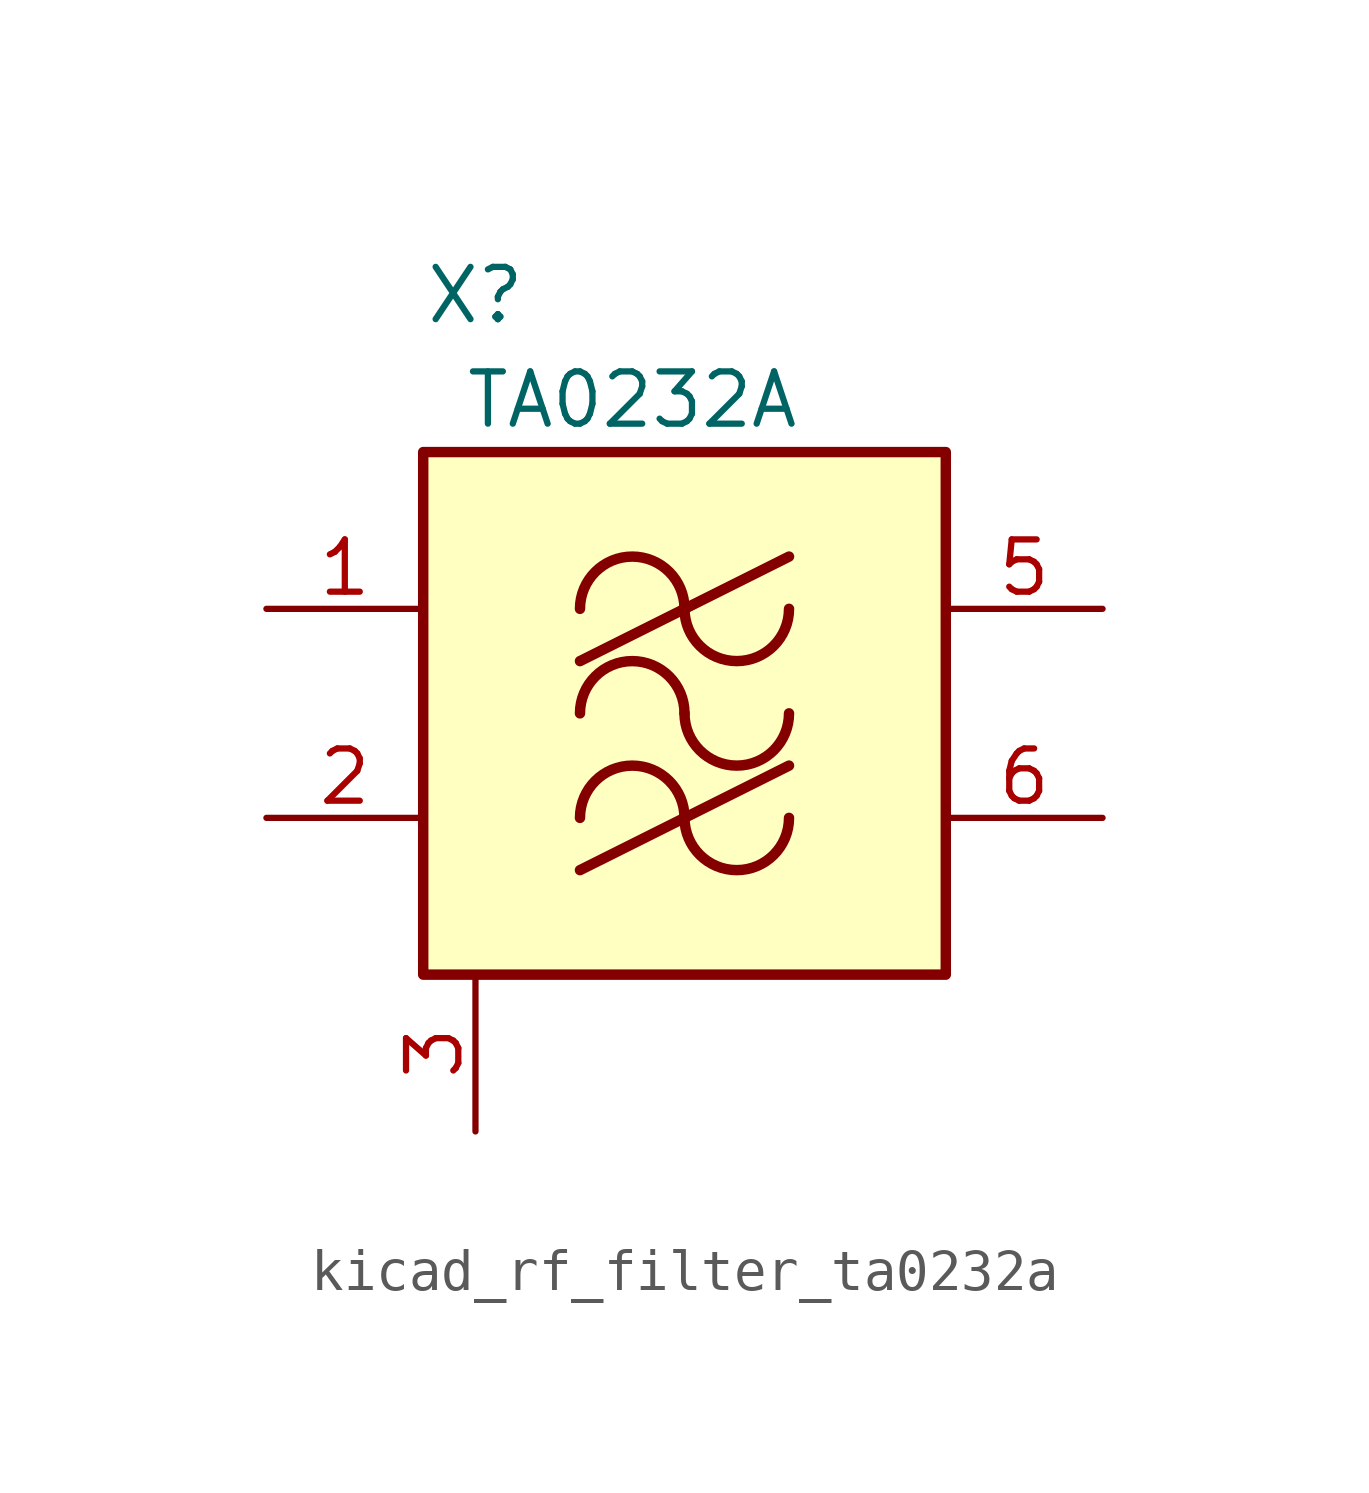
<source format=kicad_sym>
(kicad_symbol_lib
  (version 20220914)
  (generator kicad_symbol_editor)
  (symbol "kicad_rf_filter_ta0232a"
    (pin_names hide)
    (property "Reference" "X"
      (at -5.08 10.16 0)
      (effects (font (size 1.27 1.27))))
    (property "Value" "TA0232A"
      (at -1.27 7.62 0)
      (effects (font (size 1.27 1.27))))
    (symbol "kicad_rf_filter_ta0232a_1_1"
      (rectangle (start -6.35 6.35) (end 6.35 -6.35) (stroke (width 0.254) (type default)) (fill (type background)))
      (arc (start 0 -2.54) (mid -1.27 -1.2755) (end -2.54 -2.54) (stroke (width 0.254) (type default)) (fill (type none)))
      (arc (start 0 -2.54) (mid 1.27 -3.8045) (end 2.54 -2.54) (stroke (width 0.254) (type default)) (fill (type none)))
      (arc (start 0 0) (mid -1.27 1.2645) (end -2.54 0) (stroke (width 0.254) (type default)) (fill (type none)))
      (polyline (pts (xy -2.54 -3.81) (xy 2.54 -1.27)) (stroke (width 0.254) (type default)) (fill (type none)))
      (polyline (pts (xy -2.54 1.27) (xy 2.54 3.81)) (stroke (width 0.254) (type default)) (fill (type none)))
      (arc (start 0 0) (mid 1.27 -1.2645) (end 2.54 0) (stroke (width 0.254) (type default)) (fill (type none)))
      (arc (start 0 2.54) (mid -1.27 3.8045) (end -2.54 2.54) (stroke (width 0.254) (type default)) (fill (type none)))
      (arc (start 0 2.54) (mid 1.27 1.2755) (end 2.54 2.54) (stroke (width 0.254) (type default)) (fill (type none)))
      (pin input line (at -10.16 2.54 0) (length 3.81) (name "IN_1" (effects (font (size 1.27 1.27)))) (number "1" (effects (font (size 1.27 1.27)))))
      (pin input line (at -10.16 -2.54 0) (length 3.81) (name "IN_2" (effects (font (size 1.27 1.27)))) (number "2" (effects (font (size 1.27 1.27)))))
      (pin power_in line (at -5.08 -10.16 90) (length 3.81) (name "GND" (effects (font (size 1.27 1.27)))) (number "3" (effects (font (size 1.27 1.27)))))
      (pin passive line (at -5.08 -10.16 90) (length 3.81) hide (name "GND" (effects (font (size 1.27 1.27)))) (number "4" (effects (font (size 1.27 1.27)))))
      (pin output line (at 10.16 2.54 180) (length 3.81) (name "OUT_1" (effects (font (size 1.27 1.27)))) (number "5" (effects (font (size 1.27 1.27)))))
      (pin output line (at 10.16 -2.54 180) (length 3.81) (name "OUT_2" (effects (font (size 1.27 1.27)))) (number "6" (effects (font (size 1.27 1.27)))))
      (pin passive line (at -5.08 -10.16 90) (length 3.81) hide (name "GND" (effects (font (size 1.27 1.27)))) (number "7" (effects (font (size 1.27 1.27)))))
      (pin passive line (at -5.08 -10.16 90) (length 3.81) hide (name "GND" (effects (font (size 1.27 1.27)))) (number "8" (effects (font (size 1.27 1.27))))))))
</source>
